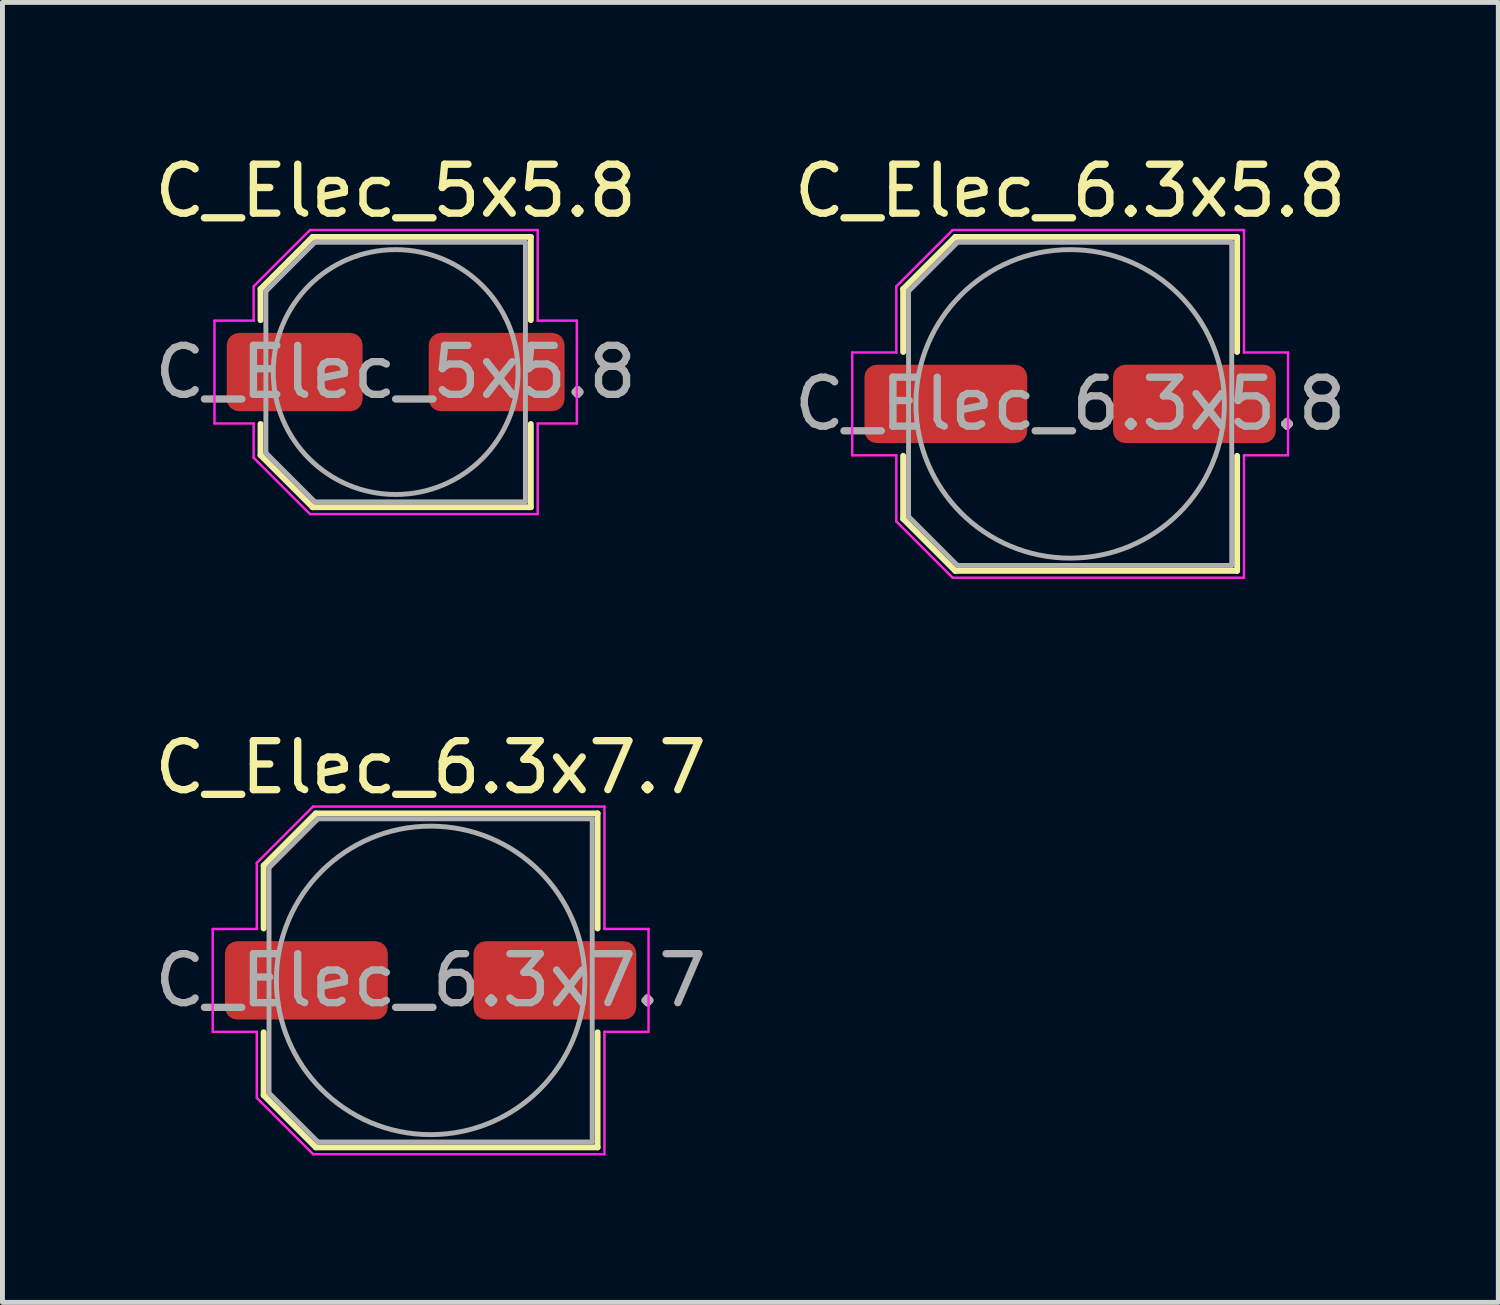
<source format=kicad_pcb>
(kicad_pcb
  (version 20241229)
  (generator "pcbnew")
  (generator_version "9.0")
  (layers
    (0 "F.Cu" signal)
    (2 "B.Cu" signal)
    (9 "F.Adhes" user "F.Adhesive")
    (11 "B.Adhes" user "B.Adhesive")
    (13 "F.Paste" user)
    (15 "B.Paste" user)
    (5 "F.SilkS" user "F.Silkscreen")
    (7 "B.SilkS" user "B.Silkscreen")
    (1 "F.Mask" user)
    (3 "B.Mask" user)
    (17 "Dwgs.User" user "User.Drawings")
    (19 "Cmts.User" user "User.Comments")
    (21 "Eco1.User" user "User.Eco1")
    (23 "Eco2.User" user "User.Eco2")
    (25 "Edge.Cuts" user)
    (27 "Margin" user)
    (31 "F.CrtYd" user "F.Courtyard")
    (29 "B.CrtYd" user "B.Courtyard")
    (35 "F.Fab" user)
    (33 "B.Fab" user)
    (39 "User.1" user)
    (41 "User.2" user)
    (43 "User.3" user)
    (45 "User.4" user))
  (footprint "C_Elec_6.3x7.7"
    (layer "F.Cu")
    (at 5.744 16.971)
    (property "Reference" "C_Elec_6.3x7.7" (at 0 -4.35 0) (layer "F.SilkS") (effects (font (size 1 1) (thickness 0.15))))
    (attr smd)
    (fp_line (start -3.41 -2.346) (end -3.41 -1.06) (stroke (width 0.12) (type solid)) (layer "F.SilkS"))
    (fp_line (start -3.41 -2.346) (end -2.346 -3.41) (stroke (width 0.12) (type solid)) (layer "F.SilkS"))
    (fp_line (start -3.41 2.346) (end -3.41 1.06) (stroke (width 0.12) (type solid)) (layer "F.SilkS"))
    (fp_line (start -3.41 2.346) (end -2.346 3.41) (stroke (width 0.12) (type solid)) (layer "F.SilkS"))
    (fp_line (start -2.346 -3.41) (end 3.41 -3.41) (stroke (width 0.12) (type solid)) (layer "F.SilkS"))
    (fp_line (start -2.346 3.41) (end 3.41 3.41) (stroke (width 0.12) (type solid)) (layer "F.SilkS"))
    (fp_line (start 3.41 -3.41) (end 3.41 -1.06) (stroke (width 0.12) (type solid)) (layer "F.SilkS"))
    (fp_line (start 3.41 3.41) (end 3.41 1.06) (stroke (width 0.12) (type solid)) (layer "F.SilkS"))
    (fp_line (start -4.45 -1.05) (end -4.45 1.05) (stroke (width 0.05) (type solid)) (layer "F.CrtYd"))
    (fp_line (start -4.45 1.05) (end -3.55 1.05) (stroke (width 0.05) (type solid)) (layer "F.CrtYd"))
    (fp_line (start -3.55 -2.4) (end -3.55 -1.05) (stroke (width 0.05) (type solid)) (layer "F.CrtYd"))
    (fp_line (start -3.55 -2.4) (end -2.4 -3.55) (stroke (width 0.05) (type solid)) (layer "F.CrtYd"))
    (fp_line (start -3.55 -1.05) (end -4.45 -1.05) (stroke (width 0.05) (type solid)) (layer "F.CrtYd"))
    (fp_line (start -3.55 1.05) (end -3.55 2.4) (stroke (width 0.05) (type solid)) (layer "F.CrtYd"))
    (fp_line (start -3.55 2.4) (end -2.4 3.55) (stroke (width 0.05) (type solid)) (layer "F.CrtYd"))
    (fp_line (start -2.4 -3.55) (end 3.55 -3.55) (stroke (width 0.05) (type solid)) (layer "F.CrtYd"))
    (fp_line (start -2.4 3.55) (end 3.55 3.55) (stroke (width 0.05) (type solid)) (layer "F.CrtYd"))
    (fp_line (start 3.55 -3.55) (end 3.55 -1.05) (stroke (width 0.05) (type solid)) (layer "F.CrtYd"))
    (fp_line (start 3.55 -1.05) (end 4.45 -1.05) (stroke (width 0.05) (type solid)) (layer "F.CrtYd"))
    (fp_line (start 3.55 1.05) (end 3.55 3.55) (stroke (width 0.05) (type solid)) (layer "F.CrtYd"))
    (fp_line (start 4.45 -1.05) (end 4.45 1.05) (stroke (width 0.05) (type solid)) (layer "F.CrtYd"))
    (fp_line (start 4.45 1.05) (end 3.55 1.05) (stroke (width 0.05) (type solid)) (layer "F.CrtYd"))
    (fp_line (start -3.3 -2.3) (end -3.3 2.3) (stroke (width 0.1) (type solid)) (layer "F.Fab"))
    (fp_line (start -3.3 -2.3) (end -2.3 -3.3) (stroke (width 0.1) (type solid)) (layer "F.Fab"))
    (fp_line (start -3.3 2.3) (end -2.3 3.3) (stroke (width 0.1) (type solid)) (layer "F.Fab"))
    (fp_line (start -2.3 -3.3) (end 3.3 -3.3) (stroke (width 0.1) (type solid)) (layer "F.Fab"))
    (fp_line (start -2.3 3.3) (end 3.3 3.3) (stroke (width 0.1) (type solid)) (layer "F.Fab"))
    (fp_line (start 3.3 -3.3) (end 3.3 3.3) (stroke (width 0.1) (type solid)) (layer "F.Fab"))
    (fp_circle (center 0 0) (end 3.15 0) (stroke (width 0.1) (type solid)) (fill no) (layer "F.Fab"))
    (fp_text user "${REFERENCE}" (at 0 0 0) (layer "F.Fab") (effects (font (size 1 1) (thickness 0.15))))
    (pad "1" smd roundrect (at -2.538 0) (size 3.325 1.6) (layers "F.Cu" "F.Mask" "F.Paste") (roundrect_rratio 0.156))
    (pad "2" smd roundrect (at 2.538 0) (size 3.325 1.6) (layers "F.Cu" "F.Mask" "F.Paste") (roundrect_rratio 0.156)))
  (footprint "C_Elec_5x5.8"
    (layer "F.Cu")
    (at 5.03 4.548)
    (property "Reference" "C_Elec_5x5.8" (at 0 -3.7 0) (layer "F.SilkS") (effects (font (size 1 1) (thickness 0.15))))
    (attr smd)
    (fp_line (start -2.76 -1.696) (end -2.76 -1.06) (stroke (width 0.12) (type solid)) (layer "F.SilkS"))
    (fp_line (start -2.76 -1.696) (end -1.696 -2.76) (stroke (width 0.12) (type solid)) (layer "F.SilkS"))
    (fp_line (start -2.76 1.696) (end -2.76 1.06) (stroke (width 0.12) (type solid)) (layer "F.SilkS"))
    (fp_line (start -2.76 1.696) (end -1.696 2.76) (stroke (width 0.12) (type solid)) (layer "F.SilkS"))
    (fp_line (start -1.696 -2.76) (end 2.76 -2.76) (stroke (width 0.12) (type solid)) (layer "F.SilkS"))
    (fp_line (start -1.696 2.76) (end 2.76 2.76) (stroke (width 0.12) (type solid)) (layer "F.SilkS"))
    (fp_line (start 2.76 -2.76) (end 2.76 -1.06) (stroke (width 0.12) (type solid)) (layer "F.SilkS"))
    (fp_line (start 2.76 2.76) (end 2.76 1.06) (stroke (width 0.12) (type solid)) (layer "F.SilkS"))
    (fp_line (start -3.7 -1.05) (end -3.7 1.05) (stroke (width 0.05) (type solid)) (layer "F.CrtYd"))
    (fp_line (start -3.7 1.05) (end -2.9 1.05) (stroke (width 0.05) (type solid)) (layer "F.CrtYd"))
    (fp_line (start -2.9 -1.75) (end -2.9 -1.05) (stroke (width 0.05) (type solid)) (layer "F.CrtYd"))
    (fp_line (start -2.9 -1.75) (end -1.75 -2.9) (stroke (width 0.05) (type solid)) (layer "F.CrtYd"))
    (fp_line (start -2.9 -1.05) (end -3.7 -1.05) (stroke (width 0.05) (type solid)) (layer "F.CrtYd"))
    (fp_line (start -2.9 1.05) (end -2.9 1.75) (stroke (width 0.05) (type solid)) (layer "F.CrtYd"))
    (fp_line (start -2.9 1.75) (end -1.75 2.9) (stroke (width 0.05) (type solid)) (layer "F.CrtYd"))
    (fp_line (start -1.75 -2.9) (end 2.9 -2.9) (stroke (width 0.05) (type solid)) (layer "F.CrtYd"))
    (fp_line (start -1.75 2.9) (end 2.9 2.9) (stroke (width 0.05) (type solid)) (layer "F.CrtYd"))
    (fp_line (start 2.9 -2.9) (end 2.9 -1.05) (stroke (width 0.05) (type solid)) (layer "F.CrtYd"))
    (fp_line (start 2.9 -1.05) (end 3.7 -1.05) (stroke (width 0.05) (type solid)) (layer "F.CrtYd"))
    (fp_line (start 2.9 1.05) (end 2.9 2.9) (stroke (width 0.05) (type solid)) (layer "F.CrtYd"))
    (fp_line (start 3.7 -1.05) (end 3.7 1.05) (stroke (width 0.05) (type solid)) (layer "F.CrtYd"))
    (fp_line (start 3.7 1.05) (end 2.9 1.05) (stroke (width 0.05) (type solid)) (layer "F.CrtYd"))
    (fp_line (start -2.65 -1.65) (end -2.65 1.65) (stroke (width 0.1) (type solid)) (layer "F.Fab"))
    (fp_line (start -2.65 -1.65) (end -1.65 -2.65) (stroke (width 0.1) (type solid)) (layer "F.Fab"))
    (fp_line (start -2.65 1.65) (end -1.65 2.65) (stroke (width 0.1) (type solid)) (layer "F.Fab"))
    (fp_line (start -1.65 -2.65) (end 2.65 -2.65) (stroke (width 0.1) (type solid)) (layer "F.Fab"))
    (fp_line (start -1.65 2.65) (end 2.65 2.65) (stroke (width 0.1) (type solid)) (layer "F.Fab"))
    (fp_line (start 2.65 -2.65) (end 2.65 2.65) (stroke (width 0.1) (type solid)) (layer "F.Fab"))
    (fp_circle (center 0 0) (end 2.5 0) (stroke (width 0.1) (type solid)) (fill no) (layer "F.Fab"))
    (fp_text user "${REFERENCE}" (at 0 0 0) (layer "F.Fab") (effects (font (size 1 1) (thickness 0.15))))
    (pad "1" smd roundrect (at -2.062 0) (size 2.775 1.6) (layers "F.Cu" "F.Mask" "F.Paste") (roundrect_rratio 0.156))
    (pad "2" smd roundrect (at 2.062 0) (size 2.775 1.6) (layers "F.Cu" "F.Mask" "F.Paste") (roundrect_rratio 0.156)))
  (footprint "C_Elec_6.3x5.8"
    (layer "F.Cu")
    (at 18.804 5.198)
    (property "Reference" "C_Elec_6.3x5.8" (at 0 -4.35 0) (layer "F.SilkS") (effects (font (size 1 1) (thickness 0.15))))
    (attr smd)
    (fp_line (start -3.41 -2.346) (end -3.41 -1.06) (stroke (width 0.12) (type solid)) (layer "F.SilkS"))
    (fp_line (start -3.41 -2.346) (end -2.346 -3.41) (stroke (width 0.12) (type solid)) (layer "F.SilkS"))
    (fp_line (start -3.41 2.346) (end -3.41 1.06) (stroke (width 0.12) (type solid)) (layer "F.SilkS"))
    (fp_line (start -3.41 2.346) (end -2.346 3.41) (stroke (width 0.12) (type solid)) (layer "F.SilkS"))
    (fp_line (start -2.346 -3.41) (end 3.41 -3.41) (stroke (width 0.12) (type solid)) (layer "F.SilkS"))
    (fp_line (start -2.346 3.41) (end 3.41 3.41) (stroke (width 0.12) (type solid)) (layer "F.SilkS"))
    (fp_line (start 3.41 -3.41) (end 3.41 -1.06) (stroke (width 0.12) (type solid)) (layer "F.SilkS"))
    (fp_line (start 3.41 3.41) (end 3.41 1.06) (stroke (width 0.12) (type solid)) (layer "F.SilkS"))
    (fp_line (start -4.45 -1.05) (end -4.45 1.05) (stroke (width 0.05) (type solid)) (layer "F.CrtYd"))
    (fp_line (start -4.45 1.05) (end -3.55 1.05) (stroke (width 0.05) (type solid)) (layer "F.CrtYd"))
    (fp_line (start -3.55 -2.4) (end -3.55 -1.05) (stroke (width 0.05) (type solid)) (layer "F.CrtYd"))
    (fp_line (start -3.55 -2.4) (end -2.4 -3.55) (stroke (width 0.05) (type solid)) (layer "F.CrtYd"))
    (fp_line (start -3.55 -1.05) (end -4.45 -1.05) (stroke (width 0.05) (type solid)) (layer "F.CrtYd"))
    (fp_line (start -3.55 1.05) (end -3.55 2.4) (stroke (width 0.05) (type solid)) (layer "F.CrtYd"))
    (fp_line (start -3.55 2.4) (end -2.4 3.55) (stroke (width 0.05) (type solid)) (layer "F.CrtYd"))
    (fp_line (start -2.4 -3.55) (end 3.55 -3.55) (stroke (width 0.05) (type solid)) (layer "F.CrtYd"))
    (fp_line (start -2.4 3.55) (end 3.55 3.55) (stroke (width 0.05) (type solid)) (layer "F.CrtYd"))
    (fp_line (start 3.55 -3.55) (end 3.55 -1.05) (stroke (width 0.05) (type solid)) (layer "F.CrtYd"))
    (fp_line (start 3.55 -1.05) (end 4.45 -1.05) (stroke (width 0.05) (type solid)) (layer "F.CrtYd"))
    (fp_line (start 3.55 1.05) (end 3.55 3.55) (stroke (width 0.05) (type solid)) (layer "F.CrtYd"))
    (fp_line (start 4.45 -1.05) (end 4.45 1.05) (stroke (width 0.05) (type solid)) (layer "F.CrtYd"))
    (fp_line (start 4.45 1.05) (end 3.55 1.05) (stroke (width 0.05) (type solid)) (layer "F.CrtYd"))
    (fp_line (start -3.3 -2.3) (end -3.3 2.3) (stroke (width 0.1) (type solid)) (layer "F.Fab"))
    (fp_line (start -3.3 -2.3) (end -2.3 -3.3) (stroke (width 0.1) (type solid)) (layer "F.Fab"))
    (fp_line (start -3.3 2.3) (end -2.3 3.3) (stroke (width 0.1) (type solid)) (layer "F.Fab"))
    (fp_line (start -2.3 -3.3) (end 3.3 -3.3) (stroke (width 0.1) (type solid)) (layer "F.Fab"))
    (fp_line (start -2.3 3.3) (end 3.3 3.3) (stroke (width 0.1) (type solid)) (layer "F.Fab"))
    (fp_line (start 3.3 -3.3) (end 3.3 3.3) (stroke (width 0.1) (type solid)) (layer "F.Fab"))
    (fp_circle (center 0 0) (end 3.15 0) (stroke (width 0.1) (type solid)) (fill no) (layer "F.Fab"))
    (fp_text user "${REFERENCE}" (at 0 0 0) (layer "F.Fab") (effects (font (size 1 1) (thickness 0.15))))
    (pad "1" smd roundrect (at -2.538 0) (size 3.325 1.6) (layers "F.Cu" "F.Mask" "F.Paste") (roundrect_rratio 0.156))
    (pad "2" smd roundrect (at 2.538 0) (size 3.325 1.6) (layers "F.Cu" "F.Mask" "F.Paste") (roundrect_rratio 0.156)))
  (gr_rect
    (start -3 -3)
    (end 27.548 23.547)
    (stroke (width 0.1) (type default))
    (fill no)
    (layer "Edge.Cuts")))
</source>
